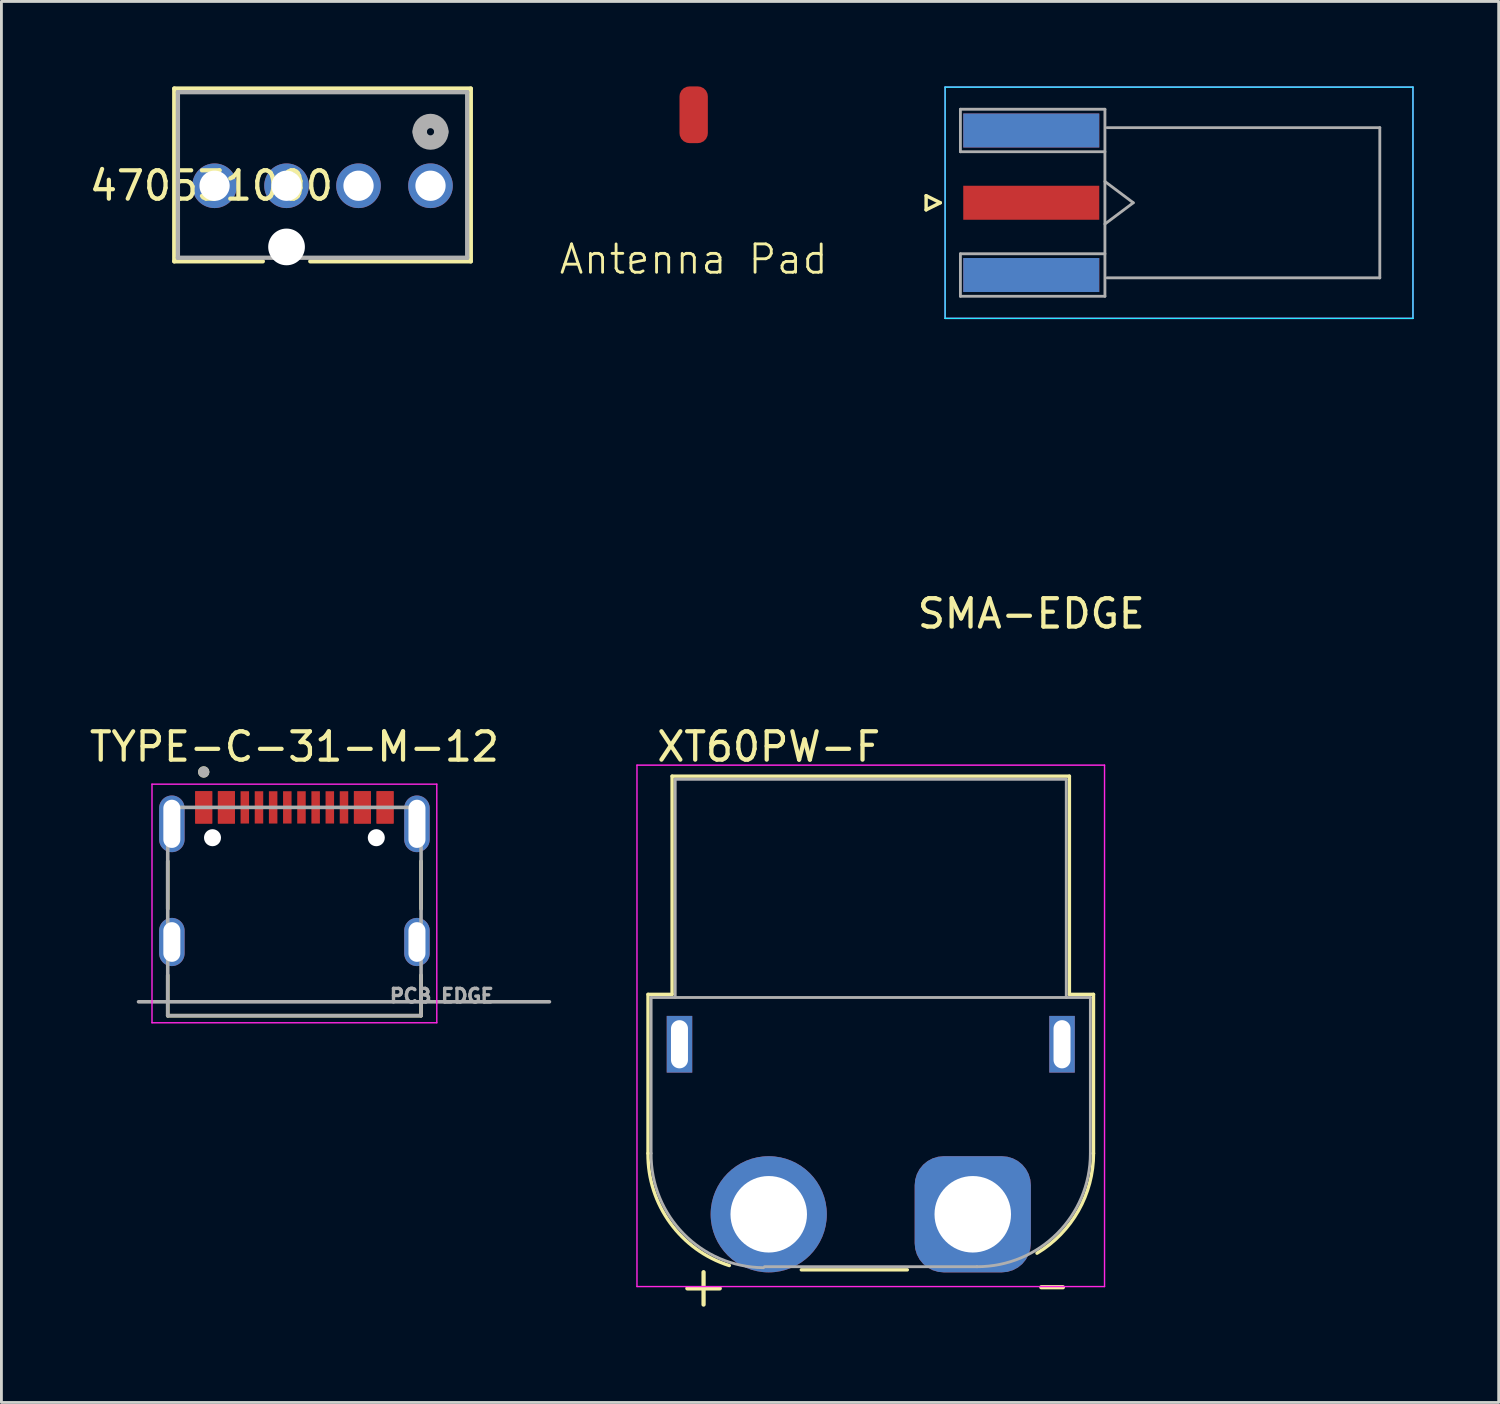
<source format=kicad_pcb>
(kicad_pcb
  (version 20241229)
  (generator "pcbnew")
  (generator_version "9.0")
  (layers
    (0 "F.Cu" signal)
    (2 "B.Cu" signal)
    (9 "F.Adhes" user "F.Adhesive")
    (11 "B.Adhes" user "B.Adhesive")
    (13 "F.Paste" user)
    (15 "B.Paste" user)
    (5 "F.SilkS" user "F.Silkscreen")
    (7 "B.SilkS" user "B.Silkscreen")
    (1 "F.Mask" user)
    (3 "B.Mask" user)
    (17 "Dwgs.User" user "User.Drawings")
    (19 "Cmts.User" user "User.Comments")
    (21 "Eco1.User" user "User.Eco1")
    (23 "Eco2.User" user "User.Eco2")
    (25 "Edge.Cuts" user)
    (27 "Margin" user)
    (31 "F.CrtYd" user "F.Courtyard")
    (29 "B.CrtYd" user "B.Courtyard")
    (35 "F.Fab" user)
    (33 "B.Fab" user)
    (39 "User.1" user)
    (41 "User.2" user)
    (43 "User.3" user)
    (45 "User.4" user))
  (footprint "SMA-EDGE"
    (layer "F.Cu")
    (at 33.342 4.105)
    (property "Reference" "SMA-EDGE" (at 0 14.5 0) (layer "F.SilkS") (effects (font (size 1 1) (thickness 0.15))))
    (attr smd)
    (fp_line (start -3.71 -0.25) (end -3.71 0.25) (stroke (width 0.12) (type solid)) (layer "F.SilkS"))
    (fp_line (start -3.71 0.25) (end -3.21 0) (stroke (width 0.12) (type solid)) (layer "F.SilkS"))
    (fp_line (start -3.21 0) (end -3.71 -0.25) (stroke (width 0.12) (type solid)) (layer "F.SilkS"))
    (fp_line (start -3.04 4.08) (end -3.04 -4.08) (stroke (width 0.05) (type solid)) (layer "B.CrtYd"))
    (fp_line (start 13.47 -4.08) (end -3.04 -4.08) (stroke (width 0.05) (type solid)) (layer "B.CrtYd"))
    (fp_line (start 13.47 -4.08) (end 13.47 4.08) (stroke (width 0.05) (type solid)) (layer "B.CrtYd"))
    (fp_line (start 13.47 4.08) (end -3.04 4.08) (stroke (width 0.05) (type solid)) (layer "B.CrtYd"))
    (fp_line (start -3.04 4.08) (end -3.04 -4.08) (stroke (width 0.05) (type solid)) (layer "F.CrtYd"))
    (fp_line (start 13.47 -4.08) (end -3.04 -4.08) (stroke (width 0.05) (type solid)) (layer "F.CrtYd"))
    (fp_line (start 13.47 -4.08) (end 13.47 4.08) (stroke (width 0.05) (type solid)) (layer "F.CrtYd"))
    (fp_line (start 13.47 4.08) (end -3.04 4.08) (stroke (width 0.05) (type solid)) (layer "F.CrtYd"))
    (fp_line (start -2.5 -3.3) (end -2.5 -1.8) (stroke (width 0.1) (type solid)) (layer "F.Fab"))
    (fp_line (start -2.5 -3.3) (end 2.6 -3.3) (stroke (width 0.1) (type solid)) (layer "F.Fab"))
    (fp_line (start -2.5 -1.8) (end 2.6 -1.8) (stroke (width 0.1) (type solid)) (layer "F.Fab"))
    (fp_line (start -2.5 1.8) (end -2.5 3.3) (stroke (width 0.1) (type solid)) (layer "F.Fab"))
    (fp_line (start -2.5 3.3) (end 2.6 3.3) (stroke (width 0.1) (type solid)) (layer "F.Fab"))
    (fp_line (start 2.6 -3.3) (end 2.6 3.3) (stroke (width 0.1) (type solid)) (layer "F.Fab"))
    (fp_line (start 2.6 -0.75) (end 3.6 0) (stroke (width 0.1) (type solid)) (layer "F.Fab"))
    (fp_line (start 2.6 1.8) (end -2.5 1.8) (stroke (width 0.1) (type solid)) (layer "F.Fab"))
    (fp_line (start 2.675 -2.65) (end 12.3 -2.65) (stroke (width 0.1) (type solid)) (layer "F.Fab"))
    (fp_line (start 3.6 0) (end 2.6 0.75) (stroke (width 0.1) (type solid)) (layer "F.Fab"))
    (fp_line (start 12.3 -2.65) (end 12.3 2.65) (stroke (width 0.1) (type solid)) (layer "F.Fab"))
    (fp_line (start 12.3 2.65) (end 2.675 2.65) (stroke (width 0.1) (type solid)) (layer "F.Fab"))
    (pad "1" smd rect (at 0 0 90) (size 1.2 4.8) (layers "F.Cu" "F.Mask" "F.Paste"))
    (pad "2" smd rect (at 0 -2.55 90) (size 1.2 4.8) (layers "F.Cu" "F.Mask" "F.Paste"))
    (pad "2" smd rect (at 0 -2.55 90) (size 1.2 4.8) (layers "B.Cu" "B.Mask" "B.Paste"))
    (pad "2" smd rect (at 0 2.55 90) (size 1.2 4.8) (layers "F.Cu" "F.Mask" "F.Paste"))
    (pad "2" smd rect (at 0 2.55 90) (size 1.2 4.8) (layers "B.Cu" "B.Mask" "B.Paste")))
  (footprint "XT60PW-F"
    (layer "F.Cu")
    (at 27.678 39.801)
    (property "Reference" "XT60PW-F" (at -3.6 -16.5 0) (layer "F.SilkS") (effects (font (size 1 1) (thickness 0.15))))
    (attr through_hole)
    (fp_line (start -7.86 -7.76) (end -7.86 -2.15) (stroke (width 0.12) (type solid)) (layer "F.SilkS"))
    (fp_line (start -7.86 -7.76) (end -7.01 -7.76) (stroke (width 0.12) (type solid)) (layer "F.SilkS"))
    (fp_line (start -7.01 -15.46) (end -7.01 -7.76) (stroke (width 0.12) (type solid)) (layer "F.SilkS"))
    (fp_line (start -7.01 -15.46) (end 7.01 -15.46) (stroke (width 0.12) (type solid)) (layer "F.SilkS"))
    (fp_line (start -2.45 1.96) (end 1.29 1.96) (stroke (width 0.12) (type solid)) (layer "F.SilkS"))
    (fp_line (start 7.01 -15.46) (end 7.01 -7.76) (stroke (width 0.12) (type solid)) (layer "F.SilkS"))
    (fp_line (start 7.01 -7.76) (end 7.86 -7.76) (stroke (width 0.12) (type solid)) (layer "F.SilkS"))
    (fp_line (start 7.86 -7.76) (end 7.86 -2.15) (stroke (width 0.12) (type solid)) (layer "F.SilkS"))
    (fp_arc (start -4.9899 1.808718) (mid -7.077645 0.302568) (end -7.86 -2.15) (stroke (width 0.12) (type solid)) (layer "F.SilkS"))
    (fp_arc (start 7.86 -2.15) (mid 7.327162 -0.126139) (end 5.866806 1.372958) (stroke (width 0.12) (type solid)) (layer "F.SilkS"))
    (fp_line (start -8.25 -15.85) (end -8.25 2.55) (stroke (width 0.05) (type solid)) (layer "F.CrtYd"))
    (fp_line (start -8.25 -15.85) (end 8.25 -15.85) (stroke (width 0.05) (type solid)) (layer "F.CrtYd"))
    (fp_line (start 8.25 2.55) (end -8.25 2.55) (stroke (width 0.05) (type solid)) (layer "F.CrtYd"))
    (fp_line (start 8.25 2.55) (end 8.25 -15.85) (stroke (width 0.05) (type solid)) (layer "F.CrtYd"))
    (fp_line (start -7.75 -7.65) (end -7.75 -2.15) (stroke (width 0.1) (type solid)) (layer "F.Fab"))
    (fp_line (start -7.75 -7.65) (end 7.75 -7.65) (stroke (width 0.1) (type solid)) (layer "F.Fab"))
    (fp_line (start -6.9 -15.35) (end 6.9 -15.35) (stroke (width 0.1) (type solid)) (layer "F.Fab"))
    (fp_line (start -6.9 -7.65) (end -6.9 -15.35) (stroke (width 0.1) (type solid)) (layer "F.Fab"))
    (fp_line (start -3.75 1.85) (end 3.75 1.85) (stroke (width 0.1) (type solid)) (layer "F.Fab"))
    (fp_line (start 6.9 -7.65) (end 6.9 -15.35) (stroke (width 0.1) (type solid)) (layer "F.Fab"))
    (fp_line (start 7.75 -7.65) (end 7.75 -2.15) (stroke (width 0.1) (type solid)) (layer "F.Fab"))
    (fp_arc (start -3.785 1.885) (mid -6.603176 0.688678) (end -7.75 -2.15) (stroke (width 0.1) (type solid)) (layer "F.Fab"))
    (fp_arc (start 7.75 -2.15) (mid 6.578427 0.678427) (end 3.75 1.85) (stroke (width 0.1) (type solid)) (layer "F.Fab"))
    (fp_text user "+" (at -5.9 2.5 0) (layer "F.SilkS") (effects (font (size 1.5 1.5) (thickness 0.15))))
    (fp_text user "-" (at 6.4 2.5 0) (layer "F.SilkS") (effects (font (size 1 1) (thickness 0.15))))
    (pad "" thru_hole rect (at -6.75 -6) (size 0.9 2) (drill oval 0.6 1.7) (layers "*.Cu" "*.Mask"))
    (pad "" thru_hole rect (at 6.75 -6) (size 0.9 2) (drill oval 0.6 1.7) (layers "*.Cu" "*.Mask"))
    (pad "1" thru_hole roundrect (at 3.6 0) (size 4.1 4.1) (drill 2.7) (layers "*.Cu" "*.Mask") (roundrect_rratio 0.25))
    (pad "2" thru_hole circle (at -3.6 0) (size 4.1 4.1) (drill 2.7) (layers "*.Cu" "*.Mask")))
  (footprint "470531000"
    (layer "F.Cu")
    (at 8.322 3.505)
    (property "Reference" "470531000" (at -3.912 0 0) (layer "F.SilkS") (effects (font (size 1 1) (thickness 0.15))))
    (attr through_hole)
    (fp_line (start -5.222 -3.429) (end -5.222 2.667) (stroke (width 0.152) (type solid)) (layer "F.SilkS"))
    (fp_line (start -5.222 2.667) (end -2.098 2.667) (stroke (width 0.152) (type solid)) (layer "F.SilkS"))
    (fp_line (start -0.422 2.667) (end 5.242 2.667) (stroke (width 0.152) (type solid)) (layer "F.SilkS"))
    (fp_line (start 5.242 -3.429) (end -5.222 -3.429) (stroke (width 0.152) (type solid)) (layer "F.SilkS"))
    (fp_line (start 5.242 2.667) (end 5.242 -3.429) (stroke (width 0.152) (type solid)) (layer "F.SilkS"))
    (fp_line (start -5.095 -3.302) (end -5.095 2.54) (stroke (width 0.152) (type solid)) (layer "F.Fab"))
    (fp_line (start -5.095 2.54) (end 5.115 2.54) (stroke (width 0.152) (type solid)) (layer "F.Fab"))
    (fp_line (start 5.115 -3.302) (end -5.095 -3.302) (stroke (width 0.152) (type solid)) (layer "F.Fab"))
    (fp_line (start 5.115 2.54) (end 5.115 -3.302) (stroke (width 0.152) (type solid)) (layer "F.Fab"))
    (fp_arc (start 3.439 -1.905) (mid 3.82 -2.286) (end 4.201 -1.905) (stroke (width 0.508) (type solid)) (layer "F.Fab"))
    (fp_arc (start 4.201 -1.905) (mid 3.82 -1.524) (end 3.439 -1.905) (stroke (width 0.508) (type solid)) (layer "F.Fab"))
    (pad "" np_thru_hole circle (at -1.26 2.159) (size 1.295 1.295) (drill 1.295) (layers "*.Cu" "*.Mask"))
    (pad "1" thru_hole circle (at 3.82 0) (size 1.575 1.575) (drill 1.067) (layers "*.Cu" "*.Mask"))
    (pad "2" thru_hole circle (at 1.28 0) (size 1.575 1.575) (drill 1.067) (layers "*.Cu" "*.Mask"))
    (pad "3" thru_hole circle (at -1.26 0) (size 1.575 1.575) (drill 1.067) (layers "*.Cu" "*.Mask"))
    (pad "4" thru_hole circle (at -3.8 0) (size 1.575 1.575) (drill 1.067) (layers "*.Cu" "*.Mask")))
  (footprint "TYPE-C-31-M-12"
    (layer "F.Cu")
    (at 7.339 28.302)
    (property "Reference" "TYPE-C-31-M-12" (at 0 -5 0) (layer "F.SilkS") (effects (font (size 1 1) (thickness 0.15))))
    (attr smd)
    (fp_poly (pts (xy -3.55 -3.48) (xy -2.85 -3.48) (xy -2.85 -2.24) (xy -3.55 -2.24)) (stroke (width 0.01) (type solid)) (fill yes) (layer "F.Mask"))
    (fp_poly (pts (xy -2.75 -3.48) (xy -2.05 -3.48) (xy -2.05 -2.24) (xy -2.75 -2.24)) (stroke (width 0.01) (type solid)) (fill yes) (layer "F.Mask"))
    (fp_poly (pts (xy -1.95 -3.48) (xy -1.55 -3.48) (xy -1.55 -2.24) (xy -1.95 -2.24)) (stroke (width 0.01) (type solid)) (fill yes) (layer "F.Mask"))
    (fp_poly (pts (xy -1.45 -3.48) (xy -1.05 -3.48) (xy -1.05 -2.24) (xy -1.45 -2.24)) (stroke (width 0.01) (type solid)) (fill yes) (layer "F.Mask"))
    (fp_poly (pts (xy -0.95 -3.48) (xy -0.55 -3.48) (xy -0.55 -2.24) (xy -0.95 -2.24)) (stroke (width 0.01) (type solid)) (fill yes) (layer "F.Mask"))
    (fp_poly (pts (xy -0.45 -3.48) (xy -0.05 -3.48) (xy -0.05 -2.24) (xy -0.45 -2.24)) (stroke (width 0.01) (type solid)) (fill yes) (layer "F.Mask"))
    (fp_poly (pts (xy 0.05 -3.48) (xy 0.45 -3.48) (xy 0.45 -2.24) (xy 0.05 -2.24)) (stroke (width 0.01) (type solid)) (fill yes) (layer "F.Mask"))
    (fp_poly (pts (xy 0.55 -3.48) (xy 0.95 -3.48) (xy 0.95 -2.24) (xy 0.55 -2.24)) (stroke (width 0.01) (type solid)) (fill yes) (layer "F.Mask"))
    (fp_poly (pts (xy 1.05 -3.48) (xy 1.45 -3.48) (xy 1.45 -2.24) (xy 1.05 -2.24)) (stroke (width 0.01) (type solid)) (fill yes) (layer "F.Mask"))
    (fp_poly (pts (xy 1.55 -3.48) (xy 1.95 -3.48) (xy 1.95 -2.24) (xy 1.55 -2.24)) (stroke (width 0.01) (type solid)) (fill yes) (layer "F.Mask"))
    (fp_poly (pts (xy 2.05 -3.48) (xy 2.75 -3.48) (xy 2.75 -2.24) (xy 2.05 -2.24)) (stroke (width 0.01) (type solid)) (fill yes) (layer "F.Mask"))
    (fp_poly (pts (xy 2.85 -3.48) (xy 3.55 -3.48) (xy 3.55 -2.24) (xy 2.85 -2.24)) (stroke (width 0.01) (type solid)) (fill yes) (layer "F.Mask"))
    (fp_line (start -4.47 -0.96) (end -4.47 0.72) (stroke (width 0.127) (type solid)) (layer "F.SilkS"))
    (fp_line (start -4.47 4.49) (end -4.47 3.06) (stroke (width 0.127) (type solid)) (layer "F.SilkS"))
    (fp_line (start -4.47 4.49) (end 4.47 4.49) (stroke (width 0.127) (type solid)) (layer "F.SilkS"))
    (fp_line (start 4.47 -0.96) (end 4.47 0.72) (stroke (width 0.127) (type solid)) (layer "F.SilkS"))
    (fp_line (start 4.47 4.49) (end 4.47 3.06) (stroke (width 0.127) (type solid)) (layer "F.SilkS"))
    (fp_circle (center -3.2 -4.11) (end -3.1 -4.11) (stroke (width 0.2) (type solid)) (fill no) (layer "F.SilkS"))
    (fp_line (start -5.025 -3.68) (end -5.025 4.74) (stroke (width 0.05) (type solid)) (layer "F.CrtYd"))
    (fp_line (start -5.025 4.74) (end 5.025 4.74) (stroke (width 0.05) (type solid)) (layer "F.CrtYd"))
    (fp_line (start 5.025 -3.68) (end -5.025 -3.68) (stroke (width 0.05) (type solid)) (layer "F.CrtYd"))
    (fp_line (start 5.025 4.74) (end 5.025 -3.68) (stroke (width 0.05) (type solid)) (layer "F.CrtYd"))
    (fp_line (start -5.5 4) (end 9 4) (stroke (width 0.127) (type solid)) (layer "F.Fab"))
    (fp_line (start -4.47 -2.86) (end -4.47 4.49) (stroke (width 0.127) (type solid)) (layer "F.Fab"))
    (fp_line (start -4.47 4.49) (end 4.47 4.49) (stroke (width 0.127) (type solid)) (layer "F.Fab"))
    (fp_line (start 4.47 -2.86) (end -4.47 -2.86) (stroke (width 0.127) (type solid)) (layer "F.Fab"))
    (fp_line (start 4.47 4.49) (end 4.47 -2.86) (stroke (width 0.127) (type solid)) (layer "F.Fab"))
    (fp_circle (center -3.2 -4.11) (end -3.1 -4.11) (stroke (width 0.2) (type solid)) (fill no) (layer "F.Fab"))
    (fp_text user "PCB EDGE" (at 5.2 3.79 0) (layer "F.Fab") (effects (font (size 0.48 0.48) (thickness 0.15))))
    (pad "" np_thru_hole circle (at -2.89 -1.79) (size 0.6 0.6) (drill 0.6) (layers "*.Cu" "*.Mask"))
    (pad "" np_thru_hole circle (at 2.89 -1.79) (size 0.6 0.6) (drill 0.6) (layers "*.Cu" "*.Mask"))
    (pad "A1" smd rect (at -3.2 -2.86) (size 0.6 1.14) (layers "F.Cu" "F.Paste"))
    (pad "A4" smd rect (at -2.4 -2.86) (size 0.6 1.14) (layers "F.Cu" "F.Paste"))
    (pad "A5" smd rect (at -1.25 -2.86) (size 0.3 1.14) (layers "F.Cu" "F.Paste"))
    (pad "A6" smd rect (at -0.25 -2.86) (size 0.3 1.14) (layers "F.Cu" "F.Paste"))
    (pad "A7" smd rect (at 0.25 -2.86) (size 0.3 1.14) (layers "F.Cu" "F.Paste"))
    (pad "A8" smd rect (at 1.25 -2.86) (size 0.3 1.14) (layers "F.Cu" "F.Paste"))
    (pad "A9" smd rect (at 2.4 -2.86) (size 0.6 1.14) (layers "F.Cu" "F.Paste"))
    (pad "A12" smd rect (at 3.2 -2.86) (size 0.6 1.14) (layers "F.Cu" "F.Paste"))
    (pad "B1" smd rect (at 3.2 -2.86) (size 0.6 1.14) (layers "F.Cu" "F.Paste"))
    (pad "B4" smd rect (at 2.4 -2.86) (size 0.6 1.14) (layers "F.Cu" "F.Paste"))
    (pad "B5" smd rect (at 1.75 -2.86) (size 0.3 1.14) (layers "F.Cu" "F.Paste"))
    (pad "B6" smd rect (at 0.75 -2.86) (size 0.3 1.14) (layers "F.Cu" "F.Paste"))
    (pad "B7" smd rect (at -0.75 -2.86) (size 0.3 1.14) (layers "F.Cu" "F.Paste"))
    (pad "B8" smd rect (at -1.75 -2.86) (size 0.3 1.14) (layers "F.Cu" "F.Paste"))
    (pad "B9" smd rect (at -2.4 -2.86) (size 0.6 1.14) (layers "F.Cu" "F.Paste"))
    (pad "B12" smd rect (at -3.2 -2.86) (size 0.6 1.14) (layers "F.Cu" "F.Paste"))
    (pad "S1" thru_hole oval (at -4.325 -2.28) (size 0.9 2) (drill oval 0.6 1.7) (layers "*.Cu" "*.Mask"))
    (pad "S2" thru_hole oval (at 4.325 -2.28) (size 0.9 2) (drill oval 0.6 1.7) (layers "*.Cu" "*.Mask"))
    (pad "S3" thru_hole oval (at -4.325 1.89) (size 0.9 1.7) (drill oval 0.6 1.4) (layers "*.Cu" "*.Mask"))
    (pad "S4" thru_hole oval (at 4.325 1.89) (size 0.9 1.7) (drill oval 0.6 1.4) (layers "*.Cu" "*.Mask")))
  (footprint "Antenna Pad"
    (layer "F.Cu")
    (at 21.429 1)
    (property "Reference" "Antenna Pad" (at 0 5.1 0) (unlocked yes) (layer "F.SilkS") (effects (font (size 1 1) (thickness 0.1))))
    (attr smd)
    (pad "1" smd roundrect (at 0 0) (size 1 2) (layers "F.Cu" "F.Mask" "F.Paste") (roundrect_rratio 0.35)))
  (gr_rect
    (start -3 -3)
    (end 49.837 46.442)
    (stroke (width 0.1) (type default))
    (fill no)
    (layer "Edge.Cuts")))
</source>
